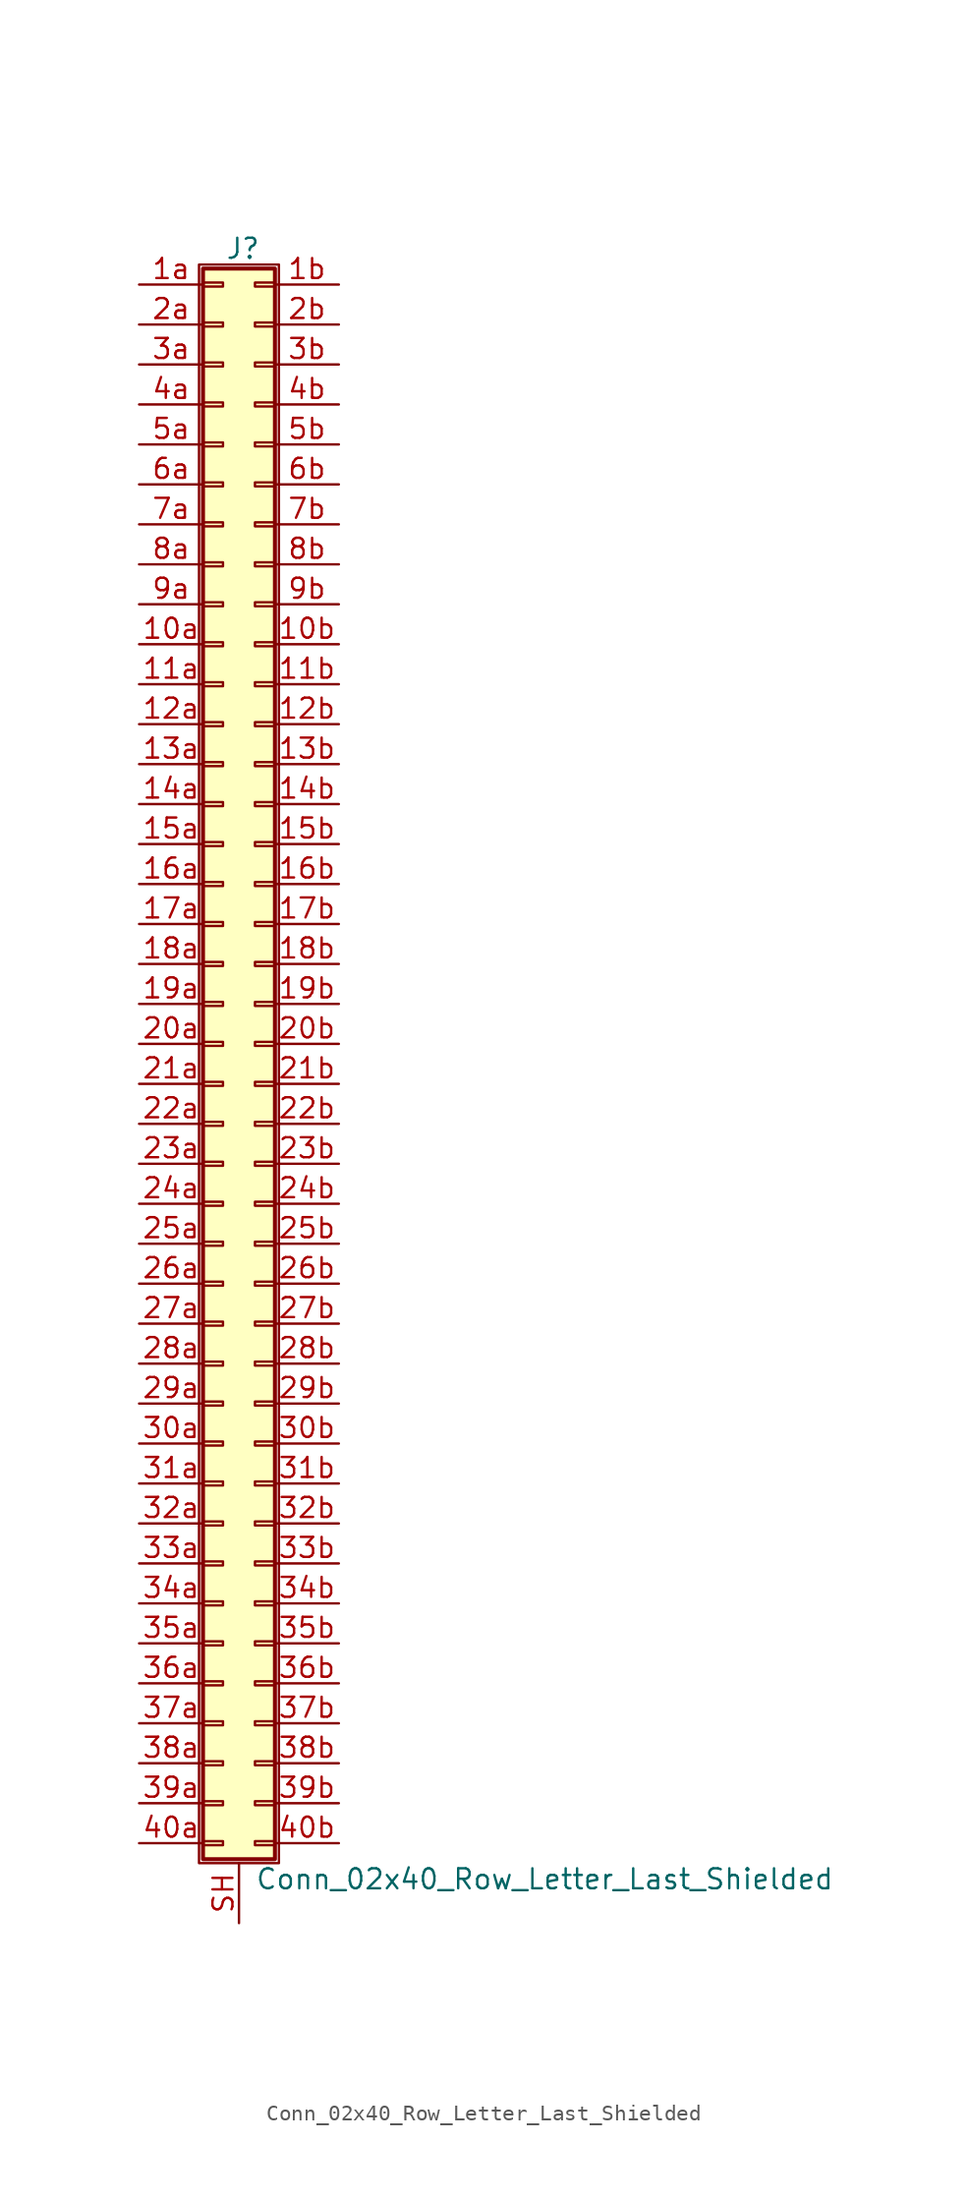
<source format=kicad_sym>
(kicad_symbol_lib
  (version 20211014)
  (generator kicad_symbol_editor)
  (symbol "Conn_02x40_Row_Letter_Last_Shielded"
    (pin_names
      (offset 1.016) hide)
    (property "Reference" "J"
      (at 1.524 50.546 0)
      (effects (font (size 1.27 1.27))))
    (property "Value" "Conn_02x40_Row_Letter_Last_Shielded"
      (at 2.286 -53.086 0)
      (effects (font (size 1.27 1.27)) (justify left)))
    (symbol "Conn_02x40_Row_Letter_Last_Shielded_1_1"
      (rectangle (start -1.27 49.53) (end 3.81 -52.07) (stroke (width 0.152) (type default) (color 0 0 0 0)) (fill (type none)))
      (rectangle (start -1.016 -50.673) (end 0.254 -50.927) (stroke (width 0.152) (type default) (color 0 0 0 0)) (fill (type none)))
      (rectangle (start -1.016 -48.133) (end 0.254 -48.387) (stroke (width 0.152) (type default) (color 0 0 0 0)) (fill (type none)))
      (rectangle (start -1.016 -45.593) (end 0.254 -45.847) (stroke (width 0.152) (type default) (color 0 0 0 0)) (fill (type none)))
      (rectangle (start -1.016 -43.053) (end 0.254 -43.307) (stroke (width 0.152) (type default) (color 0 0 0 0)) (fill (type none)))
      (rectangle (start -1.016 -40.513) (end 0.254 -40.767) (stroke (width 0.152) (type default) (color 0 0 0 0)) (fill (type none)))
      (rectangle (start -1.016 -37.973) (end 0.254 -38.227) (stroke (width 0.152) (type default) (color 0 0 0 0)) (fill (type none)))
      (rectangle (start -1.016 -35.433) (end 0.254 -35.687) (stroke (width 0.152) (type default) (color 0 0 0 0)) (fill (type none)))
      (rectangle (start -1.016 -32.893) (end 0.254 -33.147) (stroke (width 0.152) (type default) (color 0 0 0 0)) (fill (type none)))
      (rectangle (start -1.016 -30.353) (end 0.254 -30.607) (stroke (width 0.152) (type default) (color 0 0 0 0)) (fill (type none)))
      (rectangle (start -1.016 -27.813) (end 0.254 -28.067) (stroke (width 0.152) (type default) (color 0 0 0 0)) (fill (type none)))
      (rectangle (start -1.016 -25.273) (end 0.254 -25.527) (stroke (width 0.152) (type default) (color 0 0 0 0)) (fill (type none)))
      (rectangle (start -1.016 -22.733) (end 0.254 -22.987) (stroke (width 0.152) (type default) (color 0 0 0 0)) (fill (type none)))
      (rectangle (start -1.016 -20.193) (end 0.254 -20.447) (stroke (width 0.152) (type default) (color 0 0 0 0)) (fill (type none)))
      (rectangle (start -1.016 -17.653) (end 0.254 -17.907) (stroke (width 0.152) (type default) (color 0 0 0 0)) (fill (type none)))
      (rectangle (start -1.016 -15.113) (end 0.254 -15.367) (stroke (width 0.152) (type default) (color 0 0 0 0)) (fill (type none)))
      (rectangle (start -1.016 -12.573) (end 0.254 -12.827) (stroke (width 0.152) (type default) (color 0 0 0 0)) (fill (type none)))
      (rectangle (start -1.016 -10.033) (end 0.254 -10.287) (stroke (width 0.152) (type default) (color 0 0 0 0)) (fill (type none)))
      (rectangle (start -1.016 -7.493) (end 0.254 -7.747) (stroke (width 0.152) (type default) (color 0 0 0 0)) (fill (type none)))
      (rectangle (start -1.016 -4.953) (end 0.254 -5.207) (stroke (width 0.152) (type default) (color 0 0 0 0)) (fill (type none)))
      (rectangle (start -1.016 -2.413) (end 0.254 -2.667) (stroke (width 0.152) (type default) (color 0 0 0 0)) (fill (type none)))
      (rectangle (start -1.016 0.127) (end 0.254 -0.127) (stroke (width 0.152) (type default) (color 0 0 0 0)) (fill (type none)))
      (rectangle (start -1.016 2.667) (end 0.254 2.413) (stroke (width 0.152) (type default) (color 0 0 0 0)) (fill (type none)))
      (rectangle (start -1.016 5.207) (end 0.254 4.953) (stroke (width 0.152) (type default) (color 0 0 0 0)) (fill (type none)))
      (rectangle (start -1.016 7.747) (end 0.254 7.493) (stroke (width 0.152) (type default) (color 0 0 0 0)) (fill (type none)))
      (rectangle (start -1.016 10.287) (end 0.254 10.033) (stroke (width 0.152) (type default) (color 0 0 0 0)) (fill (type none)))
      (rectangle (start -1.016 12.827) (end 0.254 12.573) (stroke (width 0.152) (type default) (color 0 0 0 0)) (fill (type none)))
      (rectangle (start -1.016 15.367) (end 0.254 15.113) (stroke (width 0.152) (type default) (color 0 0 0 0)) (fill (type none)))
      (rectangle (start -1.016 17.907) (end 0.254 17.653) (stroke (width 0.152) (type default) (color 0 0 0 0)) (fill (type none)))
      (rectangle (start -1.016 20.447) (end 0.254 20.193) (stroke (width 0.152) (type default) (color 0 0 0 0)) (fill (type none)))
      (rectangle (start -1.016 22.987) (end 0.254 22.733) (stroke (width 0.152) (type default) (color 0 0 0 0)) (fill (type none)))
      (rectangle (start -1.016 25.527) (end 0.254 25.273) (stroke (width 0.152) (type default) (color 0 0 0 0)) (fill (type none)))
      (rectangle (start -1.016 28.067) (end 0.254 27.813) (stroke (width 0.152) (type default) (color 0 0 0 0)) (fill (type none)))
      (rectangle (start -1.016 30.607) (end 0.254 30.353) (stroke (width 0.152) (type default) (color 0 0 0 0)) (fill (type none)))
      (rectangle (start -1.016 33.147) (end 0.254 32.893) (stroke (width 0.152) (type default) (color 0 0 0 0)) (fill (type none)))
      (rectangle (start -1.016 35.687) (end 0.254 35.433) (stroke (width 0.152) (type default) (color 0 0 0 0)) (fill (type none)))
      (rectangle (start -1.016 38.227) (end 0.254 37.973) (stroke (width 0.152) (type default) (color 0 0 0 0)) (fill (type none)))
      (rectangle (start -1.016 40.767) (end 0.254 40.513) (stroke (width 0.152) (type default) (color 0 0 0 0)) (fill (type none)))
      (rectangle (start -1.016 43.307) (end 0.254 43.053) (stroke (width 0.152) (type default) (color 0 0 0 0)) (fill (type none)))
      (rectangle (start -1.016 45.847) (end 0.254 45.593) (stroke (width 0.152) (type default) (color 0 0 0 0)) (fill (type none)))
      (rectangle (start -1.016 48.387) (end 0.254 48.133) (stroke (width 0.152) (type default) (color 0 0 0 0)) (fill (type none)))
      (rectangle (start -1.016 49.276) (end 3.556 -51.816) (stroke (width 0.254) (type default) (color 0 0 0 0)) (fill (type background)))
      (rectangle (start 3.556 -50.673) (end 2.286 -50.927) (stroke (width 0.152) (type default) (color 0 0 0 0)) (fill (type none)))
      (rectangle (start 3.556 -48.133) (end 2.286 -48.387) (stroke (width 0.152) (type default) (color 0 0 0 0)) (fill (type none)))
      (rectangle (start 3.556 -45.593) (end 2.286 -45.847) (stroke (width 0.152) (type default) (color 0 0 0 0)) (fill (type none)))
      (rectangle (start 3.556 -43.053) (end 2.286 -43.307) (stroke (width 0.152) (type default) (color 0 0 0 0)) (fill (type none)))
      (rectangle (start 3.556 -40.513) (end 2.286 -40.767) (stroke (width 0.152) (type default) (color 0 0 0 0)) (fill (type none)))
      (rectangle (start 3.556 -37.973) (end 2.286 -38.227) (stroke (width 0.152) (type default) (color 0 0 0 0)) (fill (type none)))
      (rectangle (start 3.556 -35.433) (end 2.286 -35.687) (stroke (width 0.152) (type default) (color 0 0 0 0)) (fill (type none)))
      (rectangle (start 3.556 -32.893) (end 2.286 -33.147) (stroke (width 0.152) (type default) (color 0 0 0 0)) (fill (type none)))
      (rectangle (start 3.556 -30.353) (end 2.286 -30.607) (stroke (width 0.152) (type default) (color 0 0 0 0)) (fill (type none)))
      (rectangle (start 3.556 -27.813) (end 2.286 -28.067) (stroke (width 0.152) (type default) (color 0 0 0 0)) (fill (type none)))
      (rectangle (start 3.556 -25.273) (end 2.286 -25.527) (stroke (width 0.152) (type default) (color 0 0 0 0)) (fill (type none)))
      (rectangle (start 3.556 -22.733) (end 2.286 -22.987) (stroke (width 0.152) (type default) (color 0 0 0 0)) (fill (type none)))
      (rectangle (start 3.556 -20.193) (end 2.286 -20.447) (stroke (width 0.152) (type default) (color 0 0 0 0)) (fill (type none)))
      (rectangle (start 3.556 -17.653) (end 2.286 -17.907) (stroke (width 0.152) (type default) (color 0 0 0 0)) (fill (type none)))
      (rectangle (start 3.556 -15.113) (end 2.286 -15.367) (stroke (width 0.152) (type default) (color 0 0 0 0)) (fill (type none)))
      (rectangle (start 3.556 -12.573) (end 2.286 -12.827) (stroke (width 0.152) (type default) (color 0 0 0 0)) (fill (type none)))
      (rectangle (start 3.556 -10.033) (end 2.286 -10.287) (stroke (width 0.152) (type default) (color 0 0 0 0)) (fill (type none)))
      (rectangle (start 3.556 -7.493) (end 2.286 -7.747) (stroke (width 0.152) (type default) (color 0 0 0 0)) (fill (type none)))
      (rectangle (start 3.556 -4.953) (end 2.286 -5.207) (stroke (width 0.152) (type default) (color 0 0 0 0)) (fill (type none)))
      (rectangle (start 3.556 -2.413) (end 2.286 -2.667) (stroke (width 0.152) (type default) (color 0 0 0 0)) (fill (type none)))
      (rectangle (start 3.556 0.127) (end 2.286 -0.127) (stroke (width 0.152) (type default) (color 0 0 0 0)) (fill (type none)))
      (rectangle (start 3.556 2.667) (end 2.286 2.413) (stroke (width 0.152) (type default) (color 0 0 0 0)) (fill (type none)))
      (rectangle (start 3.556 5.207) (end 2.286 4.953) (stroke (width 0.152) (type default) (color 0 0 0 0)) (fill (type none)))
      (rectangle (start 3.556 7.747) (end 2.286 7.493) (stroke (width 0.152) (type default) (color 0 0 0 0)) (fill (type none)))
      (rectangle (start 3.556 10.287) (end 2.286 10.033) (stroke (width 0.152) (type default) (color 0 0 0 0)) (fill (type none)))
      (rectangle (start 3.556 12.827) (end 2.286 12.573) (stroke (width 0.152) (type default) (color 0 0 0 0)) (fill (type none)))
      (rectangle (start 3.556 15.367) (end 2.286 15.113) (stroke (width 0.152) (type default) (color 0 0 0 0)) (fill (type none)))
      (rectangle (start 3.556 17.907) (end 2.286 17.653) (stroke (width 0.152) (type default) (color 0 0 0 0)) (fill (type none)))
      (rectangle (start 3.556 20.447) (end 2.286 20.193) (stroke (width 0.152) (type default) (color 0 0 0 0)) (fill (type none)))
      (rectangle (start 3.556 22.987) (end 2.286 22.733) (stroke (width 0.152) (type default) (color 0 0 0 0)) (fill (type none)))
      (rectangle (start 3.556 25.527) (end 2.286 25.273) (stroke (width 0.152) (type default) (color 0 0 0 0)) (fill (type none)))
      (rectangle (start 3.556 28.067) (end 2.286 27.813) (stroke (width 0.152) (type default) (color 0 0 0 0)) (fill (type none)))
      (rectangle (start 3.556 30.607) (end 2.286 30.353) (stroke (width 0.152) (type default) (color 0 0 0 0)) (fill (type none)))
      (rectangle (start 3.556 33.147) (end 2.286 32.893) (stroke (width 0.152) (type default) (color 0 0 0 0)) (fill (type none)))
      (rectangle (start 3.556 35.687) (end 2.286 35.433) (stroke (width 0.152) (type default) (color 0 0 0 0)) (fill (type none)))
      (rectangle (start 3.556 38.227) (end 2.286 37.973) (stroke (width 0.152) (type default) (color 0 0 0 0)) (fill (type none)))
      (rectangle (start 3.556 40.767) (end 2.286 40.513) (stroke (width 0.152) (type default) (color 0 0 0 0)) (fill (type none)))
      (rectangle (start 3.556 43.307) (end 2.286 43.053) (stroke (width 0.152) (type default) (color 0 0 0 0)) (fill (type none)))
      (rectangle (start 3.556 45.847) (end 2.286 45.593) (stroke (width 0.152) (type default) (color 0 0 0 0)) (fill (type none)))
      (rectangle (start 3.556 48.387) (end 2.286 48.133) (stroke (width 0.152) (type default) (color 0 0 0 0)) (fill (type none)))
      (pin passive line (at -5.08 25.4 0) (length 4.064) (name "Pin_10a" (effects (font (size 1.27 1.27)))) (number "10a" (effects (font (size 1.27 1.27)))))
      (pin passive line (at 7.62 25.4 180) (length 4.064) (name "Pin_10b" (effects (font (size 1.27 1.27)))) (number "10b" (effects (font (size 1.27 1.27)))))
      (pin passive line (at -5.08 22.86 0) (length 4.064) (name "Pin_11a" (effects (font (size 1.27 1.27)))) (number "11a" (effects (font (size 1.27 1.27)))))
      (pin passive line (at 7.62 22.86 180) (length 4.064) (name "Pin_11b" (effects (font (size 1.27 1.27)))) (number "11b" (effects (font (size 1.27 1.27)))))
      (pin passive line (at -5.08 20.32 0) (length 4.064) (name "Pin_12a" (effects (font (size 1.27 1.27)))) (number "12a" (effects (font (size 1.27 1.27)))))
      (pin passive line (at 7.62 20.32 180) (length 4.064) (name "Pin_12b" (effects (font (size 1.27 1.27)))) (number "12b" (effects (font (size 1.27 1.27)))))
      (pin passive line (at -5.08 17.78 0) (length 4.064) (name "Pin_13a" (effects (font (size 1.27 1.27)))) (number "13a" (effects (font (size 1.27 1.27)))))
      (pin passive line (at 7.62 17.78 180) (length 4.064) (name "Pin_13b" (effects (font (size 1.27 1.27)))) (number "13b" (effects (font (size 1.27 1.27)))))
      (pin passive line (at -5.08 15.24 0) (length 4.064) (name "Pin_14a" (effects (font (size 1.27 1.27)))) (number "14a" (effects (font (size 1.27 1.27)))))
      (pin passive line (at 7.62 15.24 180) (length 4.064) (name "Pin_14b" (effects (font (size 1.27 1.27)))) (number "14b" (effects (font (size 1.27 1.27)))))
      (pin passive line (at -5.08 12.7 0) (length 4.064) (name "Pin_15a" (effects (font (size 1.27 1.27)))) (number "15a" (effects (font (size 1.27 1.27)))))
      (pin passive line (at 7.62 12.7 180) (length 4.064) (name "Pin_15b" (effects (font (size 1.27 1.27)))) (number "15b" (effects (font (size 1.27 1.27)))))
      (pin passive line (at -5.08 10.16 0) (length 4.064) (name "Pin_16a" (effects (font (size 1.27 1.27)))) (number "16a" (effects (font (size 1.27 1.27)))))
      (pin passive line (at 7.62 10.16 180) (length 4.064) (name "Pin_16b" (effects (font (size 1.27 1.27)))) (number "16b" (effects (font (size 1.27 1.27)))))
      (pin passive line (at -5.08 7.62 0) (length 4.064) (name "Pin_17a" (effects (font (size 1.27 1.27)))) (number "17a" (effects (font (size 1.27 1.27)))))
      (pin passive line (at 7.62 7.62 180) (length 4.064) (name "Pin_17b" (effects (font (size 1.27 1.27)))) (number "17b" (effects (font (size 1.27 1.27)))))
      (pin passive line (at -5.08 5.08 0) (length 4.064) (name "Pin_18a" (effects (font (size 1.27 1.27)))) (number "18a" (effects (font (size 1.27 1.27)))))
      (pin passive line (at 7.62 5.08 180) (length 4.064) (name "Pin_18b" (effects (font (size 1.27 1.27)))) (number "18b" (effects (font (size 1.27 1.27)))))
      (pin passive line (at -5.08 2.54 0) (length 4.064) (name "Pin_19a" (effects (font (size 1.27 1.27)))) (number "19a" (effects (font (size 1.27 1.27)))))
      (pin passive line (at 7.62 2.54 180) (length 4.064) (name "Pin_19b" (effects (font (size 1.27 1.27)))) (number "19b" (effects (font (size 1.27 1.27)))))
      (pin passive line (at -5.08 48.26 0) (length 4.064) (name "Pin_1a" (effects (font (size 1.27 1.27)))) (number "1a" (effects (font (size 1.27 1.27)))))
      (pin passive line (at 7.62 48.26 180) (length 4.064) (name "Pin_1b" (effects (font (size 1.27 1.27)))) (number "1b" (effects (font (size 1.27 1.27)))))
      (pin passive line (at -5.08 0 0) (length 4.064) (name "Pin_20a" (effects (font (size 1.27 1.27)))) (number "20a" (effects (font (size 1.27 1.27)))))
      (pin passive line (at 7.62 0 180) (length 4.064) (name "Pin_20b" (effects (font (size 1.27 1.27)))) (number "20b" (effects (font (size 1.27 1.27)))))
      (pin passive line (at -5.08 -2.54 0) (length 4.064) (name "Pin_21a" (effects (font (size 1.27 1.27)))) (number "21a" (effects (font (size 1.27 1.27)))))
      (pin passive line (at 7.62 -2.54 180) (length 4.064) (name "Pin_21b" (effects (font (size 1.27 1.27)))) (number "21b" (effects (font (size 1.27 1.27)))))
      (pin passive line (at -5.08 -5.08 0) (length 4.064) (name "Pin_22a" (effects (font (size 1.27 1.27)))) (number "22a" (effects (font (size 1.27 1.27)))))
      (pin passive line (at 7.62 -5.08 180) (length 4.064) (name "Pin_22b" (effects (font (size 1.27 1.27)))) (number "22b" (effects (font (size 1.27 1.27)))))
      (pin passive line (at -5.08 -7.62 0) (length 4.064) (name "Pin_23a" (effects (font (size 1.27 1.27)))) (number "23a" (effects (font (size 1.27 1.27)))))
      (pin passive line (at 7.62 -7.62 180) (length 4.064) (name "Pin_23b" (effects (font (size 1.27 1.27)))) (number "23b" (effects (font (size 1.27 1.27)))))
      (pin passive line (at -5.08 -10.16 0) (length 4.064) (name "Pin_24a" (effects (font (size 1.27 1.27)))) (number "24a" (effects (font (size 1.27 1.27)))))
      (pin passive line (at 7.62 -10.16 180) (length 4.064) (name "Pin_24b" (effects (font (size 1.27 1.27)))) (number "24b" (effects (font (size 1.27 1.27)))))
      (pin passive line (at -5.08 -12.7 0) (length 4.064) (name "Pin_25a" (effects (font (size 1.27 1.27)))) (number "25a" (effects (font (size 1.27 1.27)))))
      (pin passive line (at 7.62 -12.7 180) (length 4.064) (name "Pin_25b" (effects (font (size 1.27 1.27)))) (number "25b" (effects (font (size 1.27 1.27)))))
      (pin passive line (at -5.08 -15.24 0) (length 4.064) (name "Pin_26a" (effects (font (size 1.27 1.27)))) (number "26a" (effects (font (size 1.27 1.27)))))
      (pin passive line (at 7.62 -15.24 180) (length 4.064) (name "Pin_26b" (effects (font (size 1.27 1.27)))) (number "26b" (effects (font (size 1.27 1.27)))))
      (pin passive line (at -5.08 -17.78 0) (length 4.064) (name "Pin_27a" (effects (font (size 1.27 1.27)))) (number "27a" (effects (font (size 1.27 1.27)))))
      (pin passive line (at 7.62 -17.78 180) (length 4.064) (name "Pin_27b" (effects (font (size 1.27 1.27)))) (number "27b" (effects (font (size 1.27 1.27)))))
      (pin passive line (at -5.08 -20.32 0) (length 4.064) (name "Pin_28a" (effects (font (size 1.27 1.27)))) (number "28a" (effects (font (size 1.27 1.27)))))
      (pin passive line (at 7.62 -20.32 180) (length 4.064) (name "Pin_28b" (effects (font (size 1.27 1.27)))) (number "28b" (effects (font (size 1.27 1.27)))))
      (pin passive line (at -5.08 -22.86 0) (length 4.064) (name "Pin_29a" (effects (font (size 1.27 1.27)))) (number "29a" (effects (font (size 1.27 1.27)))))
      (pin passive line (at 7.62 -22.86 180) (length 4.064) (name "Pin_29b" (effects (font (size 1.27 1.27)))) (number "29b" (effects (font (size 1.27 1.27)))))
      (pin passive line (at -5.08 45.72 0) (length 4.064) (name "Pin_2a" (effects (font (size 1.27 1.27)))) (number "2a" (effects (font (size 1.27 1.27)))))
      (pin passive line (at 7.62 45.72 180) (length 4.064) (name "Pin_2b" (effects (font (size 1.27 1.27)))) (number "2b" (effects (font (size 1.27 1.27)))))
      (pin passive line (at -5.08 -25.4 0) (length 4.064) (name "Pin_30a" (effects (font (size 1.27 1.27)))) (number "30a" (effects (font (size 1.27 1.27)))))
      (pin passive line (at 7.62 -25.4 180) (length 4.064) (name "Pin_30b" (effects (font (size 1.27 1.27)))) (number "30b" (effects (font (size 1.27 1.27)))))
      (pin passive line (at -5.08 -27.94 0) (length 4.064) (name "Pin_31a" (effects (font (size 1.27 1.27)))) (number "31a" (effects (font (size 1.27 1.27)))))
      (pin passive line (at 7.62 -27.94 180) (length 4.064) (name "Pin_31b" (effects (font (size 1.27 1.27)))) (number "31b" (effects (font (size 1.27 1.27)))))
      (pin passive line (at -5.08 -30.48 0) (length 4.064) (name "Pin_32a" (effects (font (size 1.27 1.27)))) (number "32a" (effects (font (size 1.27 1.27)))))
      (pin passive line (at 7.62 -30.48 180) (length 4.064) (name "Pin_32b" (effects (font (size 1.27 1.27)))) (number "32b" (effects (font (size 1.27 1.27)))))
      (pin passive line (at -5.08 -33.02 0) (length 4.064) (name "Pin_33a" (effects (font (size 1.27 1.27)))) (number "33a" (effects (font (size 1.27 1.27)))))
      (pin passive line (at 7.62 -33.02 180) (length 4.064) (name "Pin_33b" (effects (font (size 1.27 1.27)))) (number "33b" (effects (font (size 1.27 1.27)))))
      (pin passive line (at -5.08 -35.56 0) (length 4.064) (name "Pin_34a" (effects (font (size 1.27 1.27)))) (number "34a" (effects (font (size 1.27 1.27)))))
      (pin passive line (at 7.62 -35.56 180) (length 4.064) (name "Pin_34b" (effects (font (size 1.27 1.27)))) (number "34b" (effects (font (size 1.27 1.27)))))
      (pin passive line (at -5.08 -38.1 0) (length 4.064) (name "Pin_35a" (effects (font (size 1.27 1.27)))) (number "35a" (effects (font (size 1.27 1.27)))))
      (pin passive line (at 7.62 -38.1 180) (length 4.064) (name "Pin_35b" (effects (font (size 1.27 1.27)))) (number "35b" (effects (font (size 1.27 1.27)))))
      (pin passive line (at -5.08 -40.64 0) (length 4.064) (name "Pin_36a" (effects (font (size 1.27 1.27)))) (number "36a" (effects (font (size 1.27 1.27)))))
      (pin passive line (at 7.62 -40.64 180) (length 4.064) (name "Pin_36b" (effects (font (size 1.27 1.27)))) (number "36b" (effects (font (size 1.27 1.27)))))
      (pin passive line (at -5.08 -43.18 0) (length 4.064) (name "Pin_37a" (effects (font (size 1.27 1.27)))) (number "37a" (effects (font (size 1.27 1.27)))))
      (pin passive line (at 7.62 -43.18 180) (length 4.064) (name "Pin_37b" (effects (font (size 1.27 1.27)))) (number "37b" (effects (font (size 1.27 1.27)))))
      (pin passive line (at -5.08 -45.72 0) (length 4.064) (name "Pin_38a" (effects (font (size 1.27 1.27)))) (number "38a" (effects (font (size 1.27 1.27)))))
      (pin passive line (at 7.62 -45.72 180) (length 4.064) (name "Pin_38b" (effects (font (size 1.27 1.27)))) (number "38b" (effects (font (size 1.27 1.27)))))
      (pin passive line (at -5.08 -48.26 0) (length 4.064) (name "Pin_39a" (effects (font (size 1.27 1.27)))) (number "39a" (effects (font (size 1.27 1.27)))))
      (pin passive line (at 7.62 -48.26 180) (length 4.064) (name "Pin_39b" (effects (font (size 1.27 1.27)))) (number "39b" (effects (font (size 1.27 1.27)))))
      (pin passive line (at -5.08 43.18 0) (length 4.064) (name "Pin_3a" (effects (font (size 1.27 1.27)))) (number "3a" (effects (font (size 1.27 1.27)))))
      (pin passive line (at 7.62 43.18 180) (length 4.064) (name "Pin_3b" (effects (font (size 1.27 1.27)))) (number "3b" (effects (font (size 1.27 1.27)))))
      (pin passive line (at -5.08 -50.8 0) (length 4.064) (name "Pin_40a" (effects (font (size 1.27 1.27)))) (number "40a" (effects (font (size 1.27 1.27)))))
      (pin passive line (at 7.62 -50.8 180) (length 4.064) (name "Pin_40b" (effects (font (size 1.27 1.27)))) (number "40b" (effects (font (size 1.27 1.27)))))
      (pin passive line (at -5.08 40.64 0) (length 4.064) (name "Pin_4a" (effects (font (size 1.27 1.27)))) (number "4a" (effects (font (size 1.27 1.27)))))
      (pin passive line (at 7.62 40.64 180) (length 4.064) (name "Pin_4b" (effects (font (size 1.27 1.27)))) (number "4b" (effects (font (size 1.27 1.27)))))
      (pin passive line (at -5.08 38.1 0) (length 4.064) (name "Pin_5a" (effects (font (size 1.27 1.27)))) (number "5a" (effects (font (size 1.27 1.27)))))
      (pin passive line (at 7.62 38.1 180) (length 4.064) (name "Pin_5b" (effects (font (size 1.27 1.27)))) (number "5b" (effects (font (size 1.27 1.27)))))
      (pin passive line (at -5.08 35.56 0) (length 4.064) (name "Pin_6a" (effects (font (size 1.27 1.27)))) (number "6a" (effects (font (size 1.27 1.27)))))
      (pin passive line (at 7.62 35.56 180) (length 4.064) (name "Pin_6b" (effects (font (size 1.27 1.27)))) (number "6b" (effects (font (size 1.27 1.27)))))
      (pin passive line (at -5.08 33.02 0) (length 4.064) (name "Pin_7a" (effects (font (size 1.27 1.27)))) (number "7a" (effects (font (size 1.27 1.27)))))
      (pin passive line (at 7.62 33.02 180) (length 4.064) (name "Pin_7b" (effects (font (size 1.27 1.27)))) (number "7b" (effects (font (size 1.27 1.27)))))
      (pin passive line (at -5.08 30.48 0) (length 4.064) (name "Pin_8a" (effects (font (size 1.27 1.27)))) (number "8a" (effects (font (size 1.27 1.27)))))
      (pin passive line (at 7.62 30.48 180) (length 4.064) (name "Pin_8b" (effects (font (size 1.27 1.27)))) (number "8b" (effects (font (size 1.27 1.27)))))
      (pin passive line (at -5.08 27.94 0) (length 4.064) (name "Pin_9a" (effects (font (size 1.27 1.27)))) (number "9a" (effects (font (size 1.27 1.27)))))
      (pin passive line (at 7.62 27.94 180) (length 4.064) (name "Pin_9b" (effects (font (size 1.27 1.27)))) (number "9b" (effects (font (size 1.27 1.27)))))
      (pin passive line (at 1.27 -55.88 90) (length 3.81) (name "Shield" (effects (font (size 1.27 1.27)))) (number "SH" (effects (font (size 1.27 1.27))))))))
</source>
